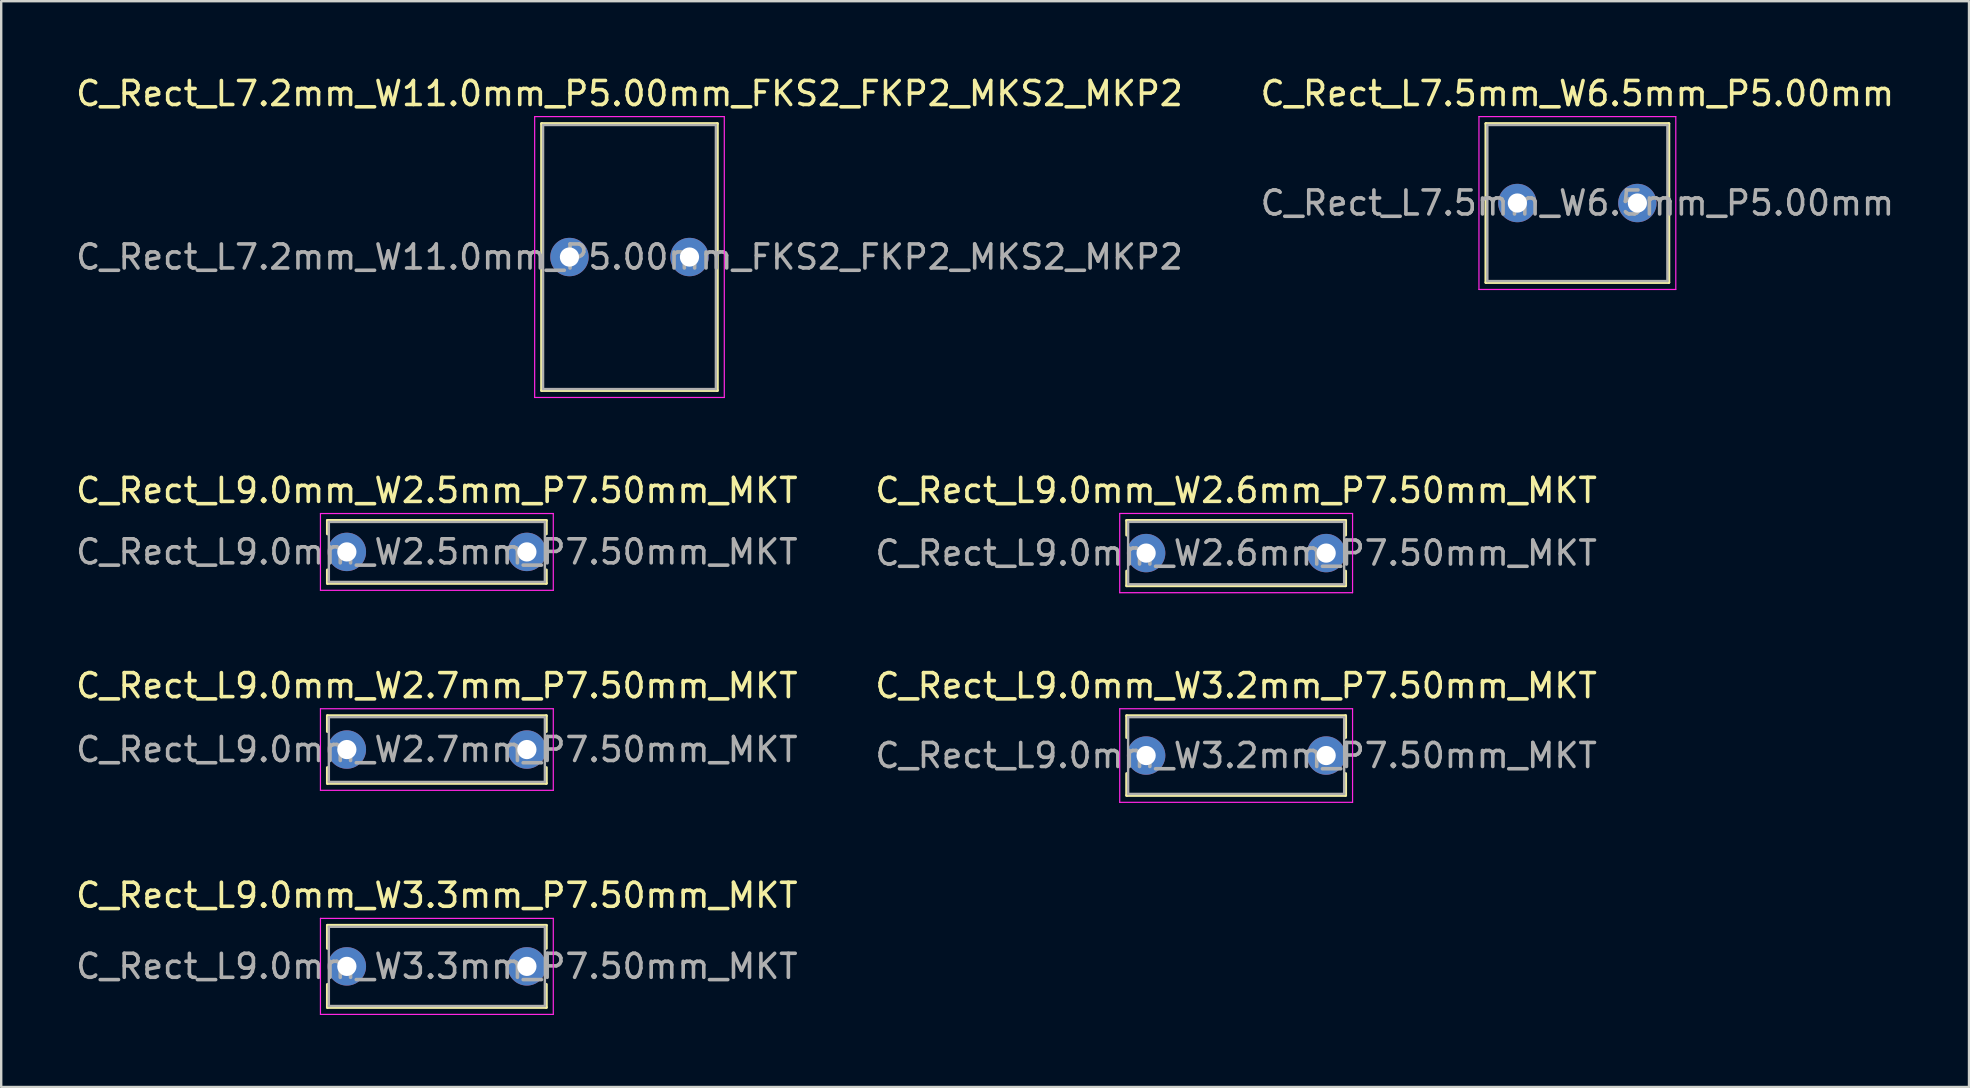
<source format=kicad_pcb>
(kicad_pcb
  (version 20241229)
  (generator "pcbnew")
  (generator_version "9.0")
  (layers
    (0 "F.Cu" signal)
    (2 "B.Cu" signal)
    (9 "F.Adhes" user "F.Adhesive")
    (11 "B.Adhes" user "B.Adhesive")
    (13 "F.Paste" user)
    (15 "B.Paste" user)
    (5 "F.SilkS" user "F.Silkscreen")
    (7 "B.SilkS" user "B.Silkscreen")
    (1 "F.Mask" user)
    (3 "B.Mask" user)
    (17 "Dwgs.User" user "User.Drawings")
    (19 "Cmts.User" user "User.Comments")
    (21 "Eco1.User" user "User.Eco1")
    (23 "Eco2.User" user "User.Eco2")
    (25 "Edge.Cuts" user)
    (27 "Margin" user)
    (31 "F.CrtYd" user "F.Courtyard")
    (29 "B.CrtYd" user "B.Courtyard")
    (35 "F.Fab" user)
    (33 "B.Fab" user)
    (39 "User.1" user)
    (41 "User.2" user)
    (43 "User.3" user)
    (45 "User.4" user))
  (footprint "C_Rect_L9.0mm_W2.7mm_P7.50mm_MKT"
    (layer "F.Cu")
    (at 11.399 28.175)
    (property "Reference" "C_Rect_L9.0mm_W2.7mm_P7.50mm_MKT" (at 3.75 -2.66 0) (layer "F.SilkS") (effects (font (size 1 1) (thickness 0.15))))
    (attr through_hole)
    (fp_line (start -0.81 -1.41) (end -0.81 -0.75) (stroke (width 0.12) (type solid)) (layer "F.SilkS"))
    (fp_line (start -0.81 -1.41) (end 8.31 -1.41) (stroke (width 0.12) (type solid)) (layer "F.SilkS"))
    (fp_line (start -0.81 0.75) (end -0.81 1.41) (stroke (width 0.12) (type solid)) (layer "F.SilkS"))
    (fp_line (start -0.81 1.41) (end 8.31 1.41) (stroke (width 0.12) (type solid)) (layer "F.SilkS"))
    (fp_line (start 8.31 -1.41) (end 8.31 -0.75) (stroke (width 0.12) (type solid)) (layer "F.SilkS"))
    (fp_line (start 8.31 0.75) (end 8.31 1.41) (stroke (width 0.12) (type solid)) (layer "F.SilkS"))
    (fp_line (start -1.1 -1.7) (end -1.1 1.7) (stroke (width 0.05) (type solid)) (layer "F.CrtYd"))
    (fp_line (start -1.1 1.7) (end 8.6 1.7) (stroke (width 0.05) (type solid)) (layer "F.CrtYd"))
    (fp_line (start 8.6 -1.7) (end -1.1 -1.7) (stroke (width 0.05) (type solid)) (layer "F.CrtYd"))
    (fp_line (start 8.6 1.7) (end 8.6 -1.7) (stroke (width 0.05) (type solid)) (layer "F.CrtYd"))
    (fp_line (start -0.75 -1.35) (end -0.75 1.35) (stroke (width 0.1) (type solid)) (layer "F.Fab"))
    (fp_line (start -0.75 1.35) (end 8.25 1.35) (stroke (width 0.1) (type solid)) (layer "F.Fab"))
    (fp_line (start 8.25 -1.35) (end -0.75 -1.35) (stroke (width 0.1) (type solid)) (layer "F.Fab"))
    (fp_line (start 8.25 1.35) (end 8.25 -1.35) (stroke (width 0.1) (type solid)) (layer "F.Fab"))
    (fp_text user "${REFERENCE}" (at 3.75 0 0) (layer "F.Fab") (effects (font (size 1 1) (thickness 0.15))))
    (pad "1" thru_hole circle (at 0 0) (size 1.6 1.6) (drill 0.8) (layers "*.Cu" "*.Mask"))
    (pad "2" thru_hole circle (at 7.5 0) (size 1.6 1.6) (drill 0.8) (layers "*.Cu" "*.Mask")))
  (footprint "C_Rect_L7.2mm_W11.0mm_P5.00mm_FKS2_FKP2_MKS2_MKP2"
    (layer "F.Cu")
    (at 20.673 7.658)
    (property "Reference" "C_Rect_L7.2mm_W11.0mm_P5.00mm_FKS2_FKP2_MKS2_MKP2" (at 2.5 -6.81 0) (layer "F.SilkS") (effects (font (size 1 1) (thickness 0.15))))
    (attr through_hole)
    (fp_line (start -1.16 -5.56) (end -1.16 5.56) (stroke (width 0.12) (type solid)) (layer "F.SilkS"))
    (fp_line (start -1.16 -5.56) (end 6.16 -5.56) (stroke (width 0.12) (type solid)) (layer "F.SilkS"))
    (fp_line (start -1.16 5.56) (end 6.16 5.56) (stroke (width 0.12) (type solid)) (layer "F.SilkS"))
    (fp_line (start 6.16 -5.56) (end 6.16 5.56) (stroke (width 0.12) (type solid)) (layer "F.SilkS"))
    (fp_line (start -1.45 -5.85) (end -1.45 5.85) (stroke (width 0.05) (type solid)) (layer "F.CrtYd"))
    (fp_line (start -1.45 5.85) (end 6.45 5.85) (stroke (width 0.05) (type solid)) (layer "F.CrtYd"))
    (fp_line (start 6.45 -5.85) (end -1.45 -5.85) (stroke (width 0.05) (type solid)) (layer "F.CrtYd"))
    (fp_line (start 6.45 5.85) (end 6.45 -5.85) (stroke (width 0.05) (type solid)) (layer "F.CrtYd"))
    (fp_line (start -1.1 -5.5) (end -1.1 5.5) (stroke (width 0.1) (type solid)) (layer "F.Fab"))
    (fp_line (start -1.1 5.5) (end 6.1 5.5) (stroke (width 0.1) (type solid)) (layer "F.Fab"))
    (fp_line (start 6.1 -5.5) (end -1.1 -5.5) (stroke (width 0.1) (type solid)) (layer "F.Fab"))
    (fp_line (start 6.1 5.5) (end 6.1 -5.5) (stroke (width 0.1) (type solid)) (layer "F.Fab"))
    (fp_text user "${REFERENCE}" (at 2.5 0 0) (layer "F.Fab") (effects (font (size 1 1) (thickness 0.15))))
    (pad "1" thru_hole circle (at 0 0) (size 1.6 1.6) (drill 0.8) (layers "*.Cu" "*.Mask"))
    (pad "2" thru_hole circle (at 5 0) (size 1.6 1.6) (drill 0.8) (layers "*.Cu" "*.Mask")))
  (footprint "C_Rect_L9.0mm_W3.3mm_P7.50mm_MKT"
    (layer "F.Cu")
    (at 11.399 37.208)
    (property "Reference" "C_Rect_L9.0mm_W3.3mm_P7.50mm_MKT" (at 3.75 -2.96 0) (layer "F.SilkS") (effects (font (size 1 1) (thickness 0.15))))
    (attr through_hole)
    (fp_line (start -0.81 -1.71) (end -0.81 -0.75) (stroke (width 0.12) (type solid)) (layer "F.SilkS"))
    (fp_line (start -0.81 -1.71) (end 8.31 -1.71) (stroke (width 0.12) (type solid)) (layer "F.SilkS"))
    (fp_line (start -0.81 0.75) (end -0.81 1.71) (stroke (width 0.12) (type solid)) (layer "F.SilkS"))
    (fp_line (start -0.81 1.71) (end 8.31 1.71) (stroke (width 0.12) (type solid)) (layer "F.SilkS"))
    (fp_line (start 8.31 -1.71) (end 8.31 -0.75) (stroke (width 0.12) (type solid)) (layer "F.SilkS"))
    (fp_line (start 8.31 0.75) (end 8.31 1.71) (stroke (width 0.12) (type solid)) (layer "F.SilkS"))
    (fp_line (start -1.1 -2) (end -1.1 2) (stroke (width 0.05) (type solid)) (layer "F.CrtYd"))
    (fp_line (start -1.1 2) (end 8.6 2) (stroke (width 0.05) (type solid)) (layer "F.CrtYd"))
    (fp_line (start 8.6 -2) (end -1.1 -2) (stroke (width 0.05) (type solid)) (layer "F.CrtYd"))
    (fp_line (start 8.6 2) (end 8.6 -2) (stroke (width 0.05) (type solid)) (layer "F.CrtYd"))
    (fp_line (start -0.75 -1.65) (end -0.75 1.65) (stroke (width 0.1) (type solid)) (layer "F.Fab"))
    (fp_line (start -0.75 1.65) (end 8.25 1.65) (stroke (width 0.1) (type solid)) (layer "F.Fab"))
    (fp_line (start 8.25 -1.65) (end -0.75 -1.65) (stroke (width 0.1) (type solid)) (layer "F.Fab"))
    (fp_line (start 8.25 1.65) (end 8.25 -1.65) (stroke (width 0.1) (type solid)) (layer "F.Fab"))
    (fp_text user "${REFERENCE}" (at 3.75 0 0) (layer "F.Fab") (effects (font (size 1 1) (thickness 0.15))))
    (pad "1" thru_hole circle (at 0 0) (size 1.6 1.6) (drill 0.8) (layers "*.Cu" "*.Mask"))
    (pad "2" thru_hole circle (at 7.5 0) (size 1.6 1.6) (drill 0.8) (layers "*.Cu" "*.Mask")))
  (footprint "C_Rect_L7.5mm_W6.5mm_P5.00mm"
    (layer "F.Cu")
    (at 60.161 5.408)
    (property "Reference" "C_Rect_L7.5mm_W6.5mm_P5.00mm" (at 2.5 -4.56 0) (layer "F.SilkS") (effects (font (size 1 1) (thickness 0.15))))
    (attr through_hole)
    (fp_line (start -1.31 -3.31) (end -1.31 3.31) (stroke (width 0.12) (type solid)) (layer "F.SilkS"))
    (fp_line (start -1.31 -3.31) (end 6.31 -3.31) (stroke (width 0.12) (type solid)) (layer "F.SilkS"))
    (fp_line (start -1.31 3.31) (end 6.31 3.31) (stroke (width 0.12) (type solid)) (layer "F.SilkS"))
    (fp_line (start 6.31 -3.31) (end 6.31 3.31) (stroke (width 0.12) (type solid)) (layer "F.SilkS"))
    (fp_line (start -1.6 -3.6) (end -1.6 3.6) (stroke (width 0.05) (type solid)) (layer "F.CrtYd"))
    (fp_line (start -1.6 3.6) (end 6.6 3.6) (stroke (width 0.05) (type solid)) (layer "F.CrtYd"))
    (fp_line (start 6.6 -3.6) (end -1.6 -3.6) (stroke (width 0.05) (type solid)) (layer "F.CrtYd"))
    (fp_line (start 6.6 3.6) (end 6.6 -3.6) (stroke (width 0.05) (type solid)) (layer "F.CrtYd"))
    (fp_line (start -1.25 -3.25) (end -1.25 3.25) (stroke (width 0.1) (type solid)) (layer "F.Fab"))
    (fp_line (start -1.25 3.25) (end 6.25 3.25) (stroke (width 0.1) (type solid)) (layer "F.Fab"))
    (fp_line (start 6.25 -3.25) (end -1.25 -3.25) (stroke (width 0.1) (type solid)) (layer "F.Fab"))
    (fp_line (start 6.25 3.25) (end 6.25 -3.25) (stroke (width 0.1) (type solid)) (layer "F.Fab"))
    (fp_text user "${REFERENCE}" (at 2.5 0 0) (layer "F.Fab") (effects (font (size 1 1) (thickness 0.15))))
    (pad "1" thru_hole circle (at 0 0) (size 1.6 1.6) (drill 0.8) (layers "*.Cu" "*.Mask"))
    (pad "2" thru_hole circle (at 5 0) (size 1.6 1.6) (drill 0.8) (layers "*.Cu" "*.Mask")))
  (footprint "C_Rect_L9.0mm_W3.2mm_P7.50mm_MKT"
    (layer "F.Cu")
    (at 44.696 28.425)
    (property "Reference" "C_Rect_L9.0mm_W3.2mm_P7.50mm_MKT" (at 3.75 -2.91 0) (layer "F.SilkS") (effects (font (size 1 1) (thickness 0.15))))
    (attr through_hole)
    (fp_line (start -0.81 -1.66) (end -0.81 -0.75) (stroke (width 0.12) (type solid)) (layer "F.SilkS"))
    (fp_line (start -0.81 -1.66) (end 8.31 -1.66) (stroke (width 0.12) (type solid)) (layer "F.SilkS"))
    (fp_line (start -0.81 0.75) (end -0.81 1.66) (stroke (width 0.12) (type solid)) (layer "F.SilkS"))
    (fp_line (start -0.81 1.66) (end 8.31 1.66) (stroke (width 0.12) (type solid)) (layer "F.SilkS"))
    (fp_line (start 8.31 -1.66) (end 8.31 -0.75) (stroke (width 0.12) (type solid)) (layer "F.SilkS"))
    (fp_line (start 8.31 0.75) (end 8.31 1.66) (stroke (width 0.12) (type solid)) (layer "F.SilkS"))
    (fp_line (start -1.1 -1.95) (end -1.1 1.95) (stroke (width 0.05) (type solid)) (layer "F.CrtYd"))
    (fp_line (start -1.1 1.95) (end 8.6 1.95) (stroke (width 0.05) (type solid)) (layer "F.CrtYd"))
    (fp_line (start 8.6 -1.95) (end -1.1 -1.95) (stroke (width 0.05) (type solid)) (layer "F.CrtYd"))
    (fp_line (start 8.6 1.95) (end 8.6 -1.95) (stroke (width 0.05) (type solid)) (layer "F.CrtYd"))
    (fp_line (start -0.75 -1.6) (end -0.75 1.6) (stroke (width 0.1) (type solid)) (layer "F.Fab"))
    (fp_line (start -0.75 1.6) (end 8.25 1.6) (stroke (width 0.1) (type solid)) (layer "F.Fab"))
    (fp_line (start 8.25 -1.6) (end -0.75 -1.6) (stroke (width 0.1) (type solid)) (layer "F.Fab"))
    (fp_line (start 8.25 1.6) (end 8.25 -1.6) (stroke (width 0.1) (type solid)) (layer "F.Fab"))
    (fp_text user "${REFERENCE}" (at 3.75 0 0) (layer "F.Fab") (effects (font (size 1 1) (thickness 0.15))))
    (pad "1" thru_hole circle (at 0 0) (size 1.6 1.6) (drill 0.8) (layers "*.Cu" "*.Mask"))
    (pad "2" thru_hole circle (at 7.5 0) (size 1.6 1.6) (drill 0.8) (layers "*.Cu" "*.Mask")))
  (footprint "C_Rect_L9.0mm_W2.6mm_P7.50mm_MKT"
    (layer "F.Cu")
    (at 44.696 19.991)
    (property "Reference" "C_Rect_L9.0mm_W2.6mm_P7.50mm_MKT" (at 3.75 -2.61 0) (layer "F.SilkS") (effects (font (size 1 1) (thickness 0.15))))
    (attr through_hole)
    (fp_line (start -0.81 -1.36) (end -0.81 -0.75) (stroke (width 0.12) (type solid)) (layer "F.SilkS"))
    (fp_line (start -0.81 -1.36) (end 8.31 -1.36) (stroke (width 0.12) (type solid)) (layer "F.SilkS"))
    (fp_line (start -0.81 0.75) (end -0.81 1.36) (stroke (width 0.12) (type solid)) (layer "F.SilkS"))
    (fp_line (start -0.81 1.36) (end 8.31 1.36) (stroke (width 0.12) (type solid)) (layer "F.SilkS"))
    (fp_line (start 8.31 -1.36) (end 8.31 -0.75) (stroke (width 0.12) (type solid)) (layer "F.SilkS"))
    (fp_line (start 8.31 0.75) (end 8.31 1.36) (stroke (width 0.12) (type solid)) (layer "F.SilkS"))
    (fp_line (start -1.1 -1.65) (end -1.1 1.65) (stroke (width 0.05) (type solid)) (layer "F.CrtYd"))
    (fp_line (start -1.1 1.65) (end 8.6 1.65) (stroke (width 0.05) (type solid)) (layer "F.CrtYd"))
    (fp_line (start 8.6 -1.65) (end -1.1 -1.65) (stroke (width 0.05) (type solid)) (layer "F.CrtYd"))
    (fp_line (start 8.6 1.65) (end 8.6 -1.65) (stroke (width 0.05) (type solid)) (layer "F.CrtYd"))
    (fp_line (start -0.75 -1.3) (end -0.75 1.3) (stroke (width 0.1) (type solid)) (layer "F.Fab"))
    (fp_line (start -0.75 1.3) (end 8.25 1.3) (stroke (width 0.1) (type solid)) (layer "F.Fab"))
    (fp_line (start 8.25 -1.3) (end -0.75 -1.3) (stroke (width 0.1) (type solid)) (layer "F.Fab"))
    (fp_line (start 8.25 1.3) (end 8.25 -1.3) (stroke (width 0.1) (type solid)) (layer "F.Fab"))
    (fp_text user "${REFERENCE}" (at 3.75 0 0) (layer "F.Fab") (effects (font (size 1 1) (thickness 0.15))))
    (pad "1" thru_hole circle (at 0 0) (size 1.6 1.6) (drill 0.8) (layers "*.Cu" "*.Mask"))
    (pad "2" thru_hole circle (at 7.5 0) (size 1.6 1.6) (drill 0.8) (layers "*.Cu" "*.Mask")))
  (footprint "C_Rect_L9.0mm_W2.5mm_P7.50mm_MKT"
    (layer "F.Cu")
    (at 11.399 19.942)
    (property "Reference" "C_Rect_L9.0mm_W2.5mm_P7.50mm_MKT" (at 3.75 -2.56 0) (layer "F.SilkS") (effects (font (size 1 1) (thickness 0.15))))
    (attr through_hole)
    (fp_line (start -0.81 -1.31) (end -0.81 -0.75) (stroke (width 0.12) (type solid)) (layer "F.SilkS"))
    (fp_line (start -0.81 -1.31) (end 8.31 -1.31) (stroke (width 0.12) (type solid)) (layer "F.SilkS"))
    (fp_line (start -0.81 0.75) (end -0.81 1.31) (stroke (width 0.12) (type solid)) (layer "F.SilkS"))
    (fp_line (start -0.81 1.31) (end 8.31 1.31) (stroke (width 0.12) (type solid)) (layer "F.SilkS"))
    (fp_line (start 8.31 -1.31) (end 8.31 -0.75) (stroke (width 0.12) (type solid)) (layer "F.SilkS"))
    (fp_line (start 8.31 0.75) (end 8.31 1.31) (stroke (width 0.12) (type solid)) (layer "F.SilkS"))
    (fp_line (start -1.1 -1.6) (end -1.1 1.6) (stroke (width 0.05) (type solid)) (layer "F.CrtYd"))
    (fp_line (start -1.1 1.6) (end 8.6 1.6) (stroke (width 0.05) (type solid)) (layer "F.CrtYd"))
    (fp_line (start 8.6 -1.6) (end -1.1 -1.6) (stroke (width 0.05) (type solid)) (layer "F.CrtYd"))
    (fp_line (start 8.6 1.6) (end 8.6 -1.6) (stroke (width 0.05) (type solid)) (layer "F.CrtYd"))
    (fp_line (start -0.75 -1.25) (end -0.75 1.25) (stroke (width 0.1) (type solid)) (layer "F.Fab"))
    (fp_line (start -0.75 1.25) (end 8.25 1.25) (stroke (width 0.1) (type solid)) (layer "F.Fab"))
    (fp_line (start 8.25 -1.25) (end -0.75 -1.25) (stroke (width 0.1) (type solid)) (layer "F.Fab"))
    (fp_line (start 8.25 1.25) (end 8.25 -1.25) (stroke (width 0.1) (type solid)) (layer "F.Fab"))
    (fp_text user "${REFERENCE}" (at 3.75 0 0) (layer "F.Fab") (effects (font (size 1 1) (thickness 0.15))))
    (pad "1" thru_hole circle (at 0 0) (size 1.6 1.6) (drill 0.8) (layers "*.Cu" "*.Mask"))
    (pad "2" thru_hole circle (at 7.5 0) (size 1.6 1.6) (drill 0.8) (layers "*.Cu" "*.Mask")))
  (gr_rect
    (start -3 -3)
    (end 78.976 42.233)
    (stroke (width 0.1) (type default))
    (fill no)
    (layer "Edge.Cuts")))
</source>
